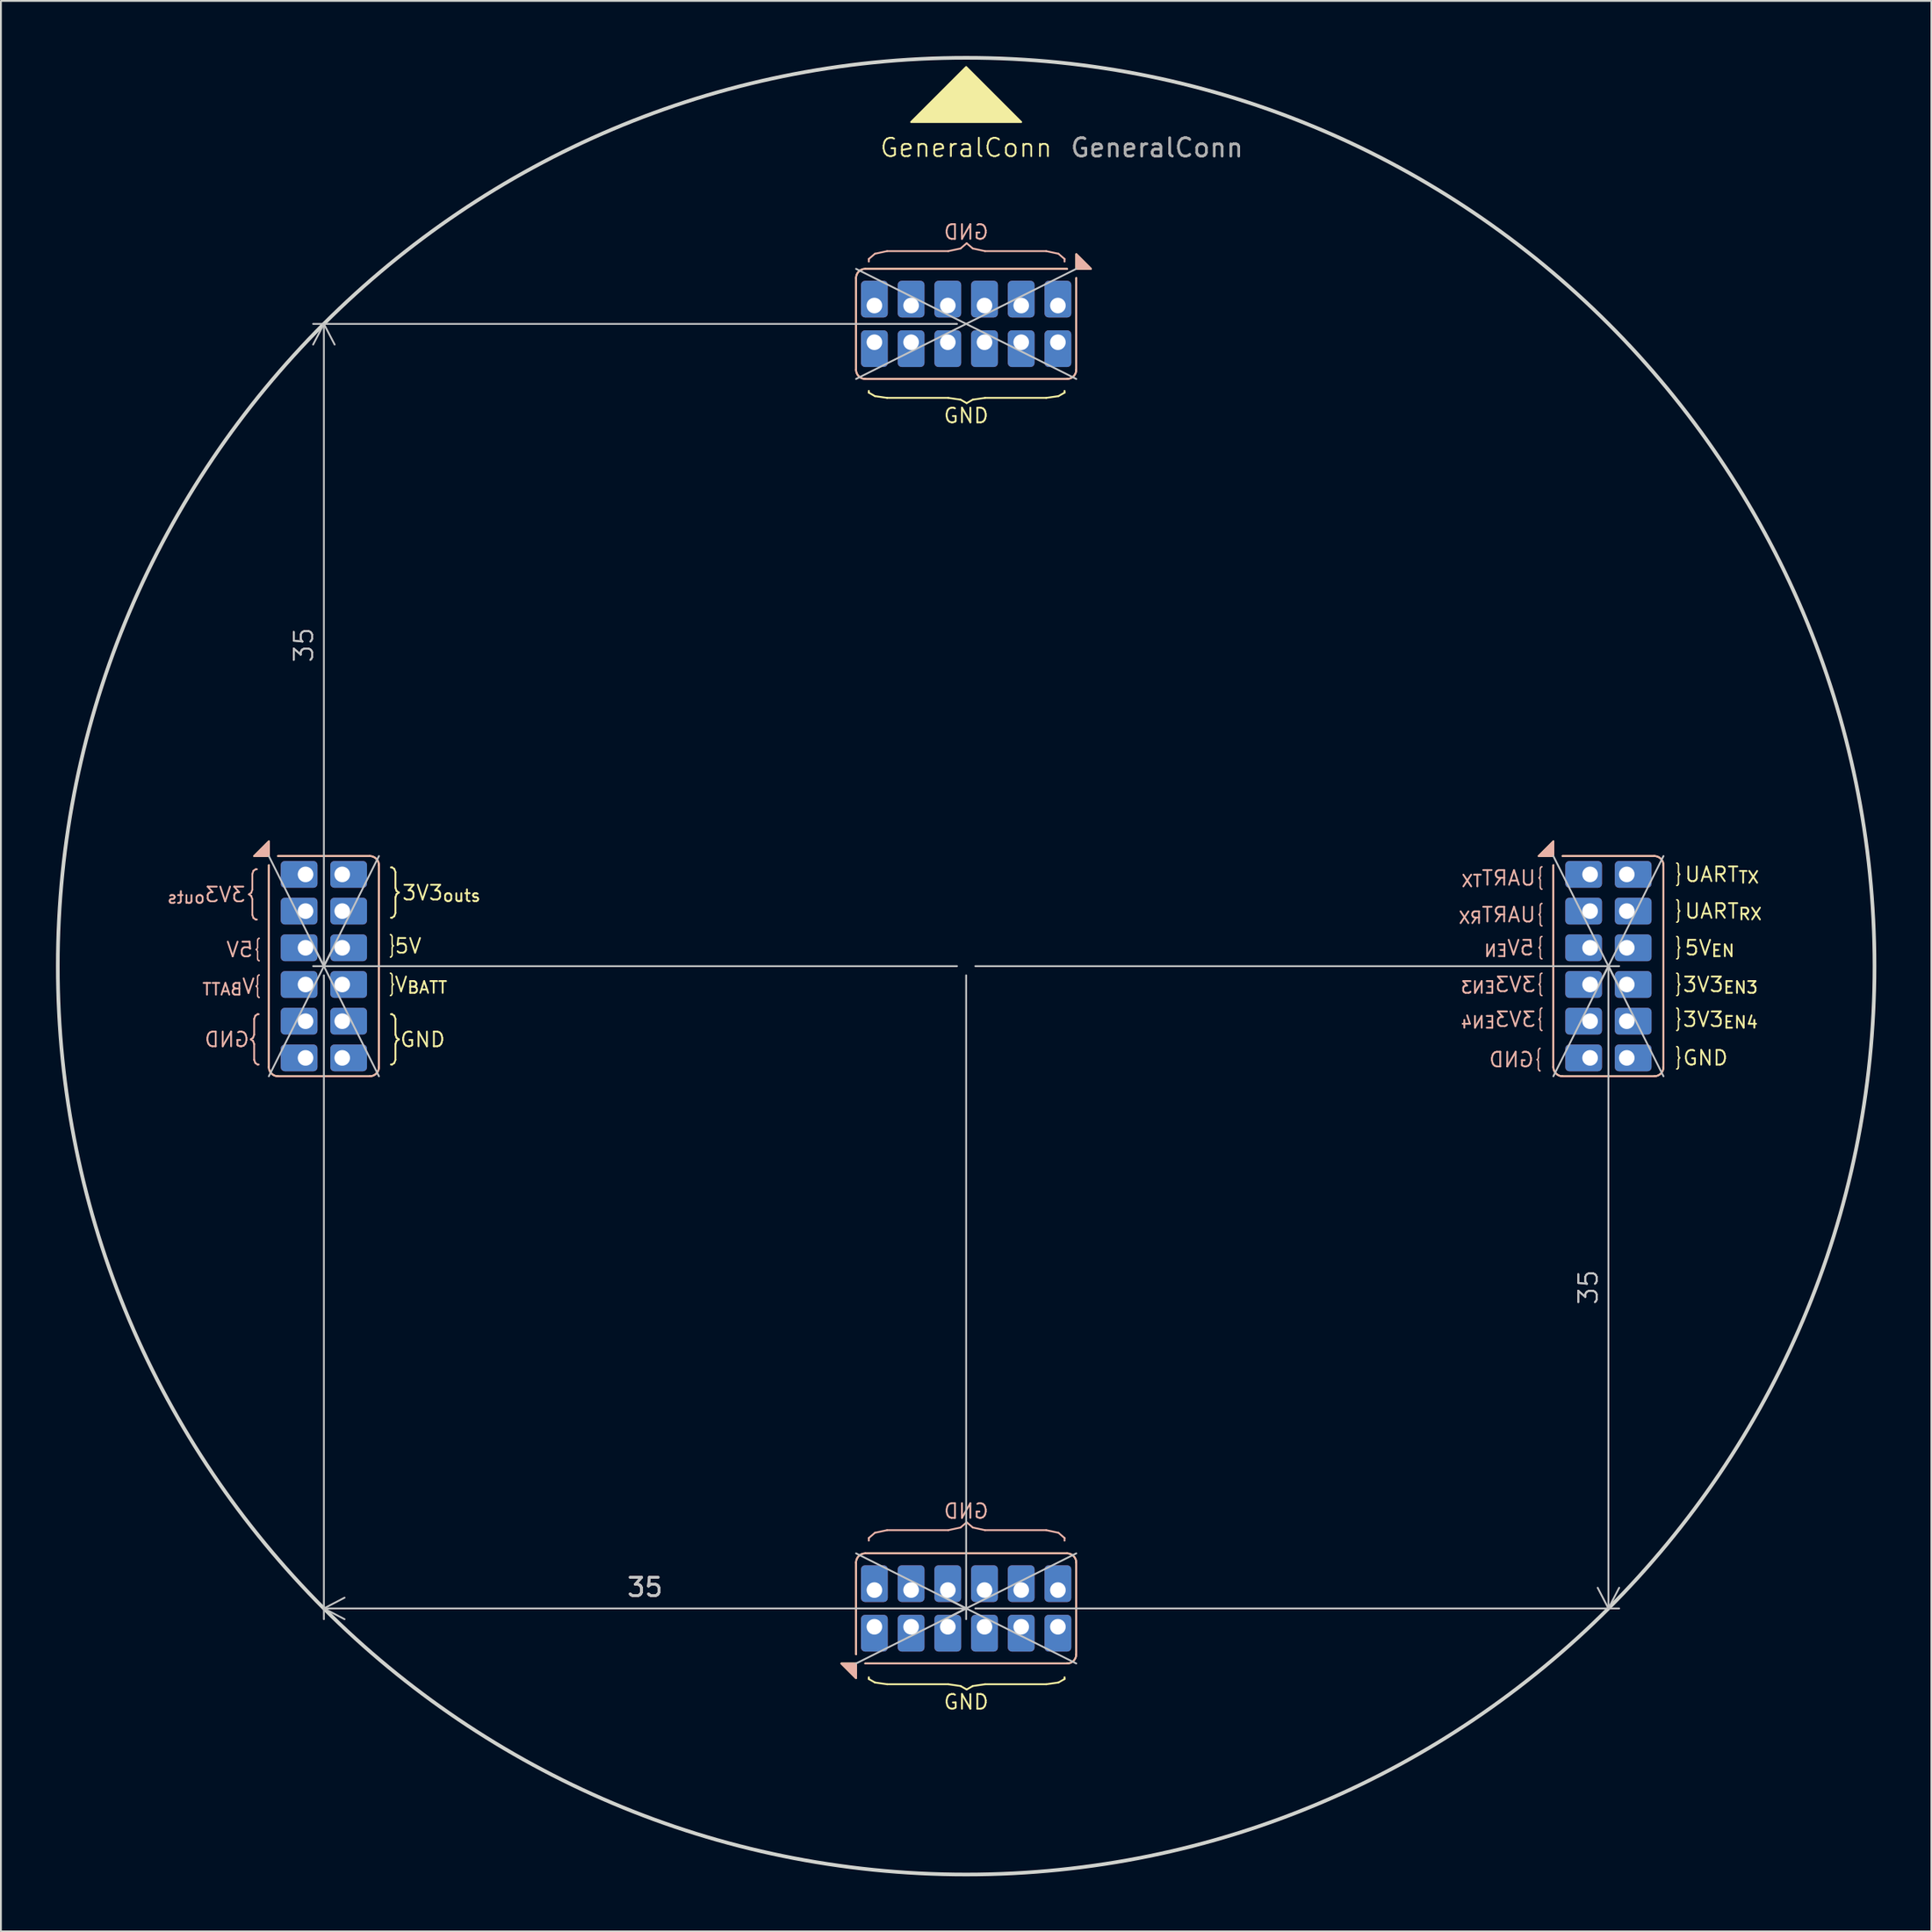
<source format=kicad_pcb>
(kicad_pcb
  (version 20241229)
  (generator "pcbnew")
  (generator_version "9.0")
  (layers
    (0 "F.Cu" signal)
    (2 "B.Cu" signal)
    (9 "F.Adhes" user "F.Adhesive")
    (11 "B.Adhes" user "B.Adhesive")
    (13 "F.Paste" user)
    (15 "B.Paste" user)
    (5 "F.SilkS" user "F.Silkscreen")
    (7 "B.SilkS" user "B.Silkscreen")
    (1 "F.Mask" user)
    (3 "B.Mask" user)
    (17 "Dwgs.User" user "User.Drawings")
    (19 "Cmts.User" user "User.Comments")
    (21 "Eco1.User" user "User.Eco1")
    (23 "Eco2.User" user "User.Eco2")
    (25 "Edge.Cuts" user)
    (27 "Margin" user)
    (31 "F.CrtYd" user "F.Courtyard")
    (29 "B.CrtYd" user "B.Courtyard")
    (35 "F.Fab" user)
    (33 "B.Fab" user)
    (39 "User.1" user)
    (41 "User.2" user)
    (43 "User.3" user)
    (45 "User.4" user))
  (footprint "GeneralConn"
    (layer "F.Cu")
    (at 49.6 49.6)
    (property "Reference" "GeneralConn" (at 0 -44.6 0) (unlocked yes) (layer "F.SilkS") (effects (font (size 1 1) (thickness 0.1))))
    (attr smd)
    (fp_line (start -38 5.5) (end -38 -5.5) (stroke (width 0.1) (type default)) (layer "F.SilkS"))
    (fp_line (start -37.5 -6) (end -32.5 -6) (stroke (width 0.1) (type default)) (layer "F.SilkS"))
    (fp_line (start -32.5 6) (end -37.5 6) (stroke (width 0.1) (type default)) (layer "F.SilkS"))
    (fp_line (start -32 -5.5) (end -32 5.5) (stroke (width 0.1) (type default)) (layer "F.SilkS"))
    (fp_line (start -6 -32.5) (end -6 -37.5) (stroke (width 0.1) (type default)) (layer "F.SilkS"))
    (fp_line (start -6 37.5) (end -6 32.5) (stroke (width 0.1) (type default)) (layer "F.SilkS"))
    (fp_line (start -5.5 -38) (end 5.5 -38) (stroke (width 0.1) (type default)) (layer "F.SilkS"))
    (fp_line (start -5.5 32) (end 5.5 32) (stroke (width 0.1) (type default)) (layer "F.SilkS"))
    (fp_line (start 5.5 -32) (end -5.5 -32) (stroke (width 0.1) (type default)) (layer "F.SilkS"))
    (fp_line (start 5.5 38) (end -5.5 38) (stroke (width 0.1) (type default)) (layer "F.SilkS"))
    (fp_line (start 6 -37.5) (end 6 -32.5) (stroke (width 0.1) (type default)) (layer "F.SilkS"))
    (fp_line (start 6 32.5) (end 6 37.5) (stroke (width 0.1) (type default)) (layer "F.SilkS"))
    (fp_line (start 32 5.5) (end 32 -5.5) (stroke (width 0.1) (type default)) (layer "F.SilkS"))
    (fp_line (start 32.5 -6) (end 37.5 -6) (stroke (width 0.1) (type default)) (layer "F.SilkS"))
    (fp_line (start 37.5 6) (end 32.5 6) (stroke (width 0.1) (type default)) (layer "F.SilkS"))
    (fp_line (start 38 -5.5) (end 38 5.5) (stroke (width 0.1) (type default)) (layer "F.SilkS"))
    (fp_arc (start -37.5 6) (mid -37.853553 5.853553) (end -38 5.5) (stroke (width 0.1) (type default)) (layer "F.SilkS"))
    (fp_arc (start -32.5 -6) (mid -32.146447 -5.853553) (end -32 -5.5) (stroke (width 0.1) (type default)) (layer "F.SilkS"))
    (fp_arc (start -32 5.5) (mid -32.146447 5.853553) (end -32.5 6) (stroke (width 0.1) (type default)) (layer "F.SilkS"))
    (fp_arc (start -6 -37.5) (mid -5.853553 -37.853553) (end -5.5 -38) (stroke (width 0.1) (type default)) (layer "F.SilkS"))
    (fp_arc (start -6 32.5) (mid -5.853553 32.146447) (end -5.5 32) (stroke (width 0.1) (type default)) (layer "F.SilkS"))
    (fp_arc (start -5.5 -32) (mid -5.853553 -32.146447) (end -6 -32.5) (stroke (width 0.1) (type default)) (layer "F.SilkS"))
    (fp_arc (start 5.5 32) (mid 5.853553 32.146447) (end 6 32.5) (stroke (width 0.1) (type default)) (layer "F.SilkS"))
    (fp_arc (start 6 -32.5) (mid 5.853553 -32.146447) (end 5.5 -32) (stroke (width 0.1) (type default)) (layer "F.SilkS"))
    (fp_arc (start 6 37.5) (mid 5.853553 37.853553) (end 5.5 38) (stroke (width 0.1) (type default)) (layer "F.SilkS"))
    (fp_arc (start 32.5 6) (mid 32.146447 5.853553) (end 32 5.5) (stroke (width 0.1) (type default)) (layer "F.SilkS"))
    (fp_arc (start 37.5 -6) (mid 37.853553 -5.853553) (end 38 -5.5) (stroke (width 0.1) (type default)) (layer "F.SilkS"))
    (fp_arc (start 38 5.5) (mid 37.853553 5.853553) (end 37.5 6) (stroke (width 0.1) (type default)) (layer "F.SilkS"))
    (fp_poly (pts (xy -38.8 -6) (xy -38 -6.8) (xy -38 -6)) (stroke (width 0.1) (type solid)) (fill yes) (layer "F.SilkS"))
    (fp_poly (pts (xy -6 38.8) (xy -6.8 38) (xy -6 38)) (stroke (width 0.1) (type solid)) (fill yes) (layer "F.SilkS"))
    (fp_poly (pts (xy -3 -46) (xy 0 -49) (xy 3 -46)) (stroke (width 0.1) (type solid)) (fill yes) (layer "F.SilkS"))
    (fp_poly (pts (xy 6 -38.8) (xy 6.8 -38) (xy 6 -38)) (stroke (width 0.1) (type solid)) (fill yes) (layer "F.SilkS"))
    (fp_poly (pts (xy 31.2 -6) (xy 32 -6.8) (xy 32 -6)) (stroke (width 0.1) (type solid)) (fill yes) (layer "F.SilkS"))
    (fp_line (start -38 5.5) (end -38 -5.5) (stroke (width 0.1) (type solid)) (layer "B.SilkS"))
    (fp_line (start -37.5 -6) (end -32.5 -6) (stroke (width 0.1) (type solid)) (layer "B.SilkS"))
    (fp_line (start -32.5 6) (end -37.5 6) (stroke (width 0.1) (type solid)) (layer "B.SilkS"))
    (fp_line (start -32 -5.5) (end -32 5.5) (stroke (width 0.1) (type solid)) (layer "B.SilkS"))
    (fp_line (start -6 -32.5) (end -6 -37.5) (stroke (width 0.1) (type solid)) (layer "B.SilkS"))
    (fp_line (start -6 37.5) (end -6 32.5) (stroke (width 0.1) (type solid)) (layer "B.SilkS"))
    (fp_line (start -5.5 -38) (end 5.5 -38) (stroke (width 0.1) (type solid)) (layer "B.SilkS"))
    (fp_line (start -5.5 32) (end 5.5 32) (stroke (width 0.1) (type solid)) (layer "B.SilkS"))
    (fp_line (start 5.5 -32) (end -5.5 -32) (stroke (width 0.1) (type solid)) (layer "B.SilkS"))
    (fp_line (start 5.5 38) (end -5.5 38) (stroke (width 0.1) (type solid)) (layer "B.SilkS"))
    (fp_line (start 6 -37.5) (end 6 -32.5) (stroke (width 0.1) (type solid)) (layer "B.SilkS"))
    (fp_line (start 6 32.5) (end 6 37.5) (stroke (width 0.1) (type solid)) (layer "B.SilkS"))
    (fp_line (start 32 5.5) (end 32 -5.5) (stroke (width 0.1) (type solid)) (layer "B.SilkS"))
    (fp_line (start 32.5 -6) (end 37.5 -6) (stroke (width 0.1) (type solid)) (layer "B.SilkS"))
    (fp_line (start 37.5 6) (end 32.5 6) (stroke (width 0.1) (type solid)) (layer "B.SilkS"))
    (fp_line (start 38 -5.5) (end 38 5.5) (stroke (width 0.1) (type solid)) (layer "B.SilkS"))
    (fp_arc (start -37.5 6) (mid -37.853553 5.853553) (end -38 5.5) (stroke (width 0.1) (type solid)) (layer "B.SilkS"))
    (fp_arc (start -32.5 -6) (mid -32.146447 -5.853553) (end -32 -5.5) (stroke (width 0.1) (type solid)) (layer "B.SilkS"))
    (fp_arc (start -32 5.5) (mid -32.146447 5.853553) (end -32.5 6) (stroke (width 0.1) (type solid)) (layer "B.SilkS"))
    (fp_arc (start -6 -37.5) (mid -5.853553 -37.853553) (end -5.5 -38) (stroke (width 0.1) (type solid)) (layer "B.SilkS"))
    (fp_arc (start -6 32.5) (mid -5.853553 32.146447) (end -5.5 32) (stroke (width 0.1) (type solid)) (layer "B.SilkS"))
    (fp_arc (start -5.5 -32) (mid -5.853553 -32.146447) (end -6 -32.5) (stroke (width 0.1) (type solid)) (layer "B.SilkS"))
    (fp_arc (start 5.5 32) (mid 5.853553 32.146447) (end 6 32.5) (stroke (width 0.1) (type solid)) (layer "B.SilkS"))
    (fp_arc (start 6 -32.5) (mid 5.853553 -32.146447) (end 5.5 -32) (stroke (width 0.1) (type solid)) (layer "B.SilkS"))
    (fp_arc (start 6 37.5) (mid 5.853553 37.853553) (end 5.5 38) (stroke (width 0.1) (type solid)) (layer "B.SilkS"))
    (fp_arc (start 32.5 6) (mid 32.146447 5.853553) (end 32 5.5) (stroke (width 0.1) (type solid)) (layer "B.SilkS"))
    (fp_arc (start 37.5 -6) (mid 37.853553 -5.853553) (end 38 -5.5) (stroke (width 0.1) (type solid)) (layer "B.SilkS"))
    (fp_arc (start 38 5.5) (mid 37.853553 5.853553) (end 37.5 6) (stroke (width 0.1) (type solid)) (layer "B.SilkS"))
    (fp_poly (pts (xy -38.8 -6) (xy -38 -6.8) (xy -38 -6)) (stroke (width 0.1) (type solid)) (fill yes) (layer "B.SilkS"))
    (fp_poly (pts (xy -6 38.8) (xy -6.8 38) (xy -6 38)) (stroke (width 0.1) (type solid)) (fill yes) (layer "B.SilkS"))
    (fp_poly (pts (xy 6 -38.8) (xy 6.8 -38) (xy 6 -38)) (stroke (width 0.1) (type solid)) (fill yes) (layer "B.SilkS"))
    (fp_poly (pts (xy 31.2 -6) (xy 32 -6.8) (xy 32 -6)) (stroke (width 0.1) (type solid)) (fill yes) (layer "B.SilkS"))
    (fp_curve (pts (xy -38 6) (xy -32 -6) (xy -32 -6) (xy -32 -6)) (stroke (width 0.1) (type default)) (layer "Dwgs.User"))
    (fp_curve (pts (xy -32 6) (xy -38 -6) (xy -38 -6) (xy -38 -6)) (stroke (width 0.1) (type default)) (layer "Dwgs.User"))
    (fp_curve (pts (xy -6 -38) (xy 6 -32) (xy 6 -32) (xy 6 -32)) (stroke (width 0.1) (type default)) (layer "Dwgs.User"))
    (fp_curve (pts (xy -6 -32) (xy 6 -38) (xy 6 -38) (xy 6 -38)) (stroke (width 0.1) (type default)) (layer "Dwgs.User"))
    (fp_curve (pts (xy 6 32) (xy -6 38) (xy -6 38) (xy -6 38)) (stroke (width 0.1) (type default)) (layer "Dwgs.User"))
    (fp_curve (pts (xy 6 38) (xy -6 32) (xy -6 32) (xy -6 32)) (stroke (width 0.1) (type default)) (layer "Dwgs.User"))
    (fp_curve (pts (xy 32 6) (xy 38 -6) (xy 38 -6) (xy 38 -6)) (stroke (width 0.1) (type default)) (layer "Dwgs.User"))
    (fp_curve (pts (xy 38 6) (xy 32 -6) (xy 32 -6) (xy 32 -6)) (stroke (width 0.1) (type default)) (layer "Dwgs.User"))
    (fp_circle (center 0 0) (end 0 49.5) (stroke (width 0.2) (type solid)) (fill no) (layer "Edge.Cuts"))
    (fp_text user "UART_{TX}" (at 39.1 -5 0) (unlocked yes) (layer "F.SilkS") (effects (font (size 0.8 0.8) (thickness 0.1)) (justify left)))
    (fp_text user "}" (at -31.6 -3.1 0) (unlocked yes) (layer "F.SilkS") (effects (font (size 1.8 1.3) (thickness 0.1)) (justify left bottom)))
    (fp_text user "V_{BATT}" (at -31.2 1 0) (unlocked yes) (layer "F.SilkS") (effects (font (size 0.8 0.8) (thickness 0.1)) (justify left)))
    (fp_text user "GND" (at 39 5 0) (unlocked yes) (layer "F.SilkS") (effects (font (size 0.8 0.8) (thickness 0.1)) (justify left)))
    (fp_text user "} " (at 38.6 5.4 0) (unlocked yes) (layer "F.SilkS") (effects (font (size 0.8 0.5) (thickness 0.075)) (justify left bottom)))
    (fp_text user "}" (at -3.5 -31.7 270) (unlocked yes) (layer "F.SilkS") (effects (font (size 7 2) (thickness 0.1)) (justify left bottom)))
    (fp_text user " 3V3_{outs}" (at -31.4 -4 0) (unlocked yes) (layer "F.SilkS") (effects (font (size 0.8 0.8) (thickness 0.1)) (justify left)))
    (fp_text user "UART_{RX}" (at 39.1 -3 0) (unlocked yes) (layer "F.SilkS") (effects (font (size 0.8 0.8) (thickness 0.1)) (justify left)))
    (fp_text user "}" (at -31.6 4.9 0) (unlocked yes) (layer "F.SilkS") (effects (font (size 1.8 1.3) (thickness 0.1)) (justify left bottom)))
    (fp_text user "} " (at -31.5 1.4 0) (unlocked yes) (layer "F.SilkS") (effects (font (size 0.8 0.5) (thickness 0.075)) (justify left bottom)))
    (fp_text user "GND" (at 0 -30 0) (unlocked yes) (layer "F.SilkS") (effects (font (size 0.8 0.8) (thickness 0.1))))
    (fp_text user "} " (at 38.6 -4.6 0) (unlocked yes) (layer "F.SilkS") (effects (font (size 0.8 0.5) (thickness 0.075)) (justify left bottom)))
    (fp_text user "3V3_{EN3}" (at 39 1 0) (unlocked yes) (layer "F.SilkS") (effects (font (size 0.8 0.8) (thickness 0.1)) (justify left)))
    (fp_text user "GND" (at 0 40.1 0) (unlocked yes) (layer "F.SilkS") (effects (font (size 0.8 0.8) (thickness 0.1))))
    (fp_text user "5V" (at -31.2 -1.1 0) (unlocked yes) (layer "F.SilkS") (effects (font (size 0.8 0.8) (thickness 0.1)) (justify left)))
    (fp_text user "} " (at 38.6 -0.6 0) (unlocked yes) (layer "F.SilkS") (effects (font (size 0.8 0.5) (thickness 0.075)) (justify left bottom)))
    (fp_text user "5V_{EN}" (at 39.1 -1 0) (unlocked yes) (layer "F.SilkS") (effects (font (size 0.8 0.8) (thickness 0.1)) (justify left)))
    (fp_text user "} " (at 38.6 3.3 0) (unlocked yes) (layer "F.SilkS") (effects (font (size 0.8 0.5) (thickness 0.075)) (justify left bottom)))
    (fp_text user "}" (at -3.5 38.4 270) (unlocked yes) (layer "F.SilkS") (effects (font (size 7 2) (thickness 0.1)) (justify left bottom)))
    (fp_text user "} " (at 38.6 -2.6 0) (unlocked yes) (layer "F.SilkS") (effects (font (size 0.8 0.5) (thickness 0.075)) (justify left bottom)))
    (fp_text user "GND" (at -30.9 4 0) (unlocked yes) (layer "F.SilkS") (effects (font (size 0.8 0.8) (thickness 0.1)) (justify left)))
    (fp_text user "} " (at 38.6 1.4 0) (unlocked yes) (layer "F.SilkS") (effects (font (size 0.8 0.5) (thickness 0.075)) (justify left bottom)))
    (fp_text user "} " (at -31.5 -0.7 0) (unlocked yes) (layer "F.SilkS") (effects (font (size 0.8 0.5) (thickness 0.075)) (justify left bottom)))
    (fp_text user "3V3_{EN4}" (at 39 2.9 0) (unlocked yes) (layer "F.SilkS") (effects (font (size 0.8 0.8) (thickness 0.1)) (justify left)))
    (fp_text user "}" (at -38.4 -3 0) (unlocked yes) (layer "B.SilkS") (effects (font (size 1.8 1.3) (thickness 0.1)) (justify left bottom mirror)))
    (fp_text user "} " (at 31.5 1.4 0) (unlocked yes) (layer "B.SilkS") (effects (font (size 0.8 0.5) (thickness 0.075)) (justify left bottom mirror)))
    (fp_text user "} " (at 31.5 -2.4 0) (unlocked yes) (layer "B.SilkS") (effects (font (size 0.8 0.5) (thickness 0.075)) (justify left bottom mirror)))
    (fp_text user "V_{BATT}" (at -38.7 1.1 0) (unlocked yes) (layer "B.SilkS") (effects (font (size 0.8 0.8) (thickness 0.1)) (justify left mirror)))
    (fp_text user "3V3_{EN4}" (at 31.1 2.9 0) (unlocked yes) (layer "B.SilkS") (effects (font (size 0.8 0.8) (thickness 0.1)) (justify left mirror)))
    (fp_text user "}" (at -38.3 4.9 0) (unlocked yes) (layer "B.SilkS") (effects (font (size 1.8 1.3) (thickness 0.1)) (justify left bottom mirror)))
    (fp_text user "} " (at 31.5 -0.6 0) (unlocked yes) (layer "B.SilkS") (effects (font (size 0.8 0.5) (thickness 0.075)) (justify left bottom mirror)))
    (fp_text user "5V_{EN}" (at 31 -1 0) (unlocked yes) (layer "B.SilkS") (effects (font (size 0.8 0.8) (thickness 0.1)) (justify left mirror)))
    (fp_text user "} " (at -38.4 -0.5 0) (unlocked yes) (layer "B.SilkS") (effects (font (size 0.8 0.5) (thickness 0.075)) (justify left bottom mirror)))
    (fp_text user "} " (at 31.5 3.3 0) (unlocked yes) (layer "B.SilkS") (effects (font (size 0.8 0.5) (thickness 0.075)) (justify left bottom mirror)))
    (fp_text user "GND" (at 0 -40 0) (unlocked yes) (layer "B.SilkS") (effects (font (size 0.8 0.8) (thickness 0.1)) (justify mirror)))
    (fp_text user "} " (at 31.4 5.5 0) (unlocked yes) (layer "B.SilkS") (effects (font (size 0.8 0.5) (thickness 0.075)) (justify left bottom mirror)))
    (fp_text user "UART_{RX}" (at 31.1 -2.8 0) (unlocked yes) (layer "B.SilkS") (effects (font (size 0.8 0.8) (thickness 0.1)) (justify left mirror)))
    (fp_text user "UART_{TX}" (at 31.1 -4.8 0) (unlocked yes) (layer "B.SilkS") (effects (font (size 0.8 0.8) (thickness 0.1)) (justify left mirror)))
    (fp_text user "} " (at -38.4 1.5 0) (unlocked yes) (layer "B.SilkS") (effects (font (size 0.8 0.5) (thickness 0.075)) (justify left bottom mirror)))
    (fp_text user "GND" (at 31 5.1 0) (unlocked yes) (layer "B.SilkS") (effects (font (size 0.8 0.8) (thickness 0.1)) (justify left mirror)))
    (fp_text user "}" (at -3.5 -37.9 270) (unlocked yes) (layer "B.SilkS") (effects (font (size 7 3) (thickness 0.1)) (justify left bottom mirror)))
    (fp_text user "5V" (at -38.8 -0.9 0) (unlocked yes) (layer "B.SilkS") (effects (font (size 0.8 0.8) (thickness 0.1)) (justify left mirror)))
    (fp_text user "3V3_{EN3}" (at 31.1 1 0) (unlocked yes) (layer "B.SilkS") (effects (font (size 0.8 0.8) (thickness 0.1)) (justify left mirror)))
    (fp_text user "} " (at 31.5 -4.4 0) (unlocked yes) (layer "B.SilkS") (effects (font (size 0.8 0.5) (thickness 0.075)) (justify left bottom mirror)))
    (fp_text user " 3V3_{outs}" (at -38.6 -3.9 0) (unlocked yes) (layer "B.SilkS") (effects (font (size 0.8 0.8) (thickness 0.1)) (justify left mirror)))
    (fp_text user "GND" (at 0 29.7 0) (unlocked yes) (layer "B.SilkS") (effects (font (size 0.8 0.8) (thickness 0.1)) (justify mirror)))
    (fp_text user "}" (at -3.5 31.8 270) (unlocked yes) (layer "B.SilkS") (effects (font (size 7 3) (thickness 0.1)) (justify left bottom mirror)))
    (fp_text user "GND" (at -39 4 0) (unlocked yes) (layer "B.SilkS") (effects (font (size 0.8 0.8) (thickness 0.1)) (justify left mirror)))
    (fp_text user "${REFERENCE}" (at 10.4 -44.6 0) (unlocked yes) (layer "F.Fab") (effects (font (size 1 1) (thickness 0.15))))
    (dimension (type orthogonal) (layer "Dwgs.User") (pts (xy 49.6 49.6) (xy 14.6 49.6)) (height 35) (orientation 0) (format (prefix "") (suffix "") (units 3) (units_format 0) (precision 4) (suppress_zeroes yes)) (style (thickness 0.1) (arrow_length 1.27) (text_position_mode 0) (arrow_direction outward) (extension_height 0.586) (extension_offset 0.5) (keep_text_aligned yes)) (gr_text "35" (at 32.1 83.45 0) (layer "Dwgs.User") (effects (font (size 1 1) (thickness 0.15)))))
    (dimension (type orthogonal) (layer "Dwgs.User") (pts (xy 49.6 49.6) (xy 49.6 84.6)) (height 35) (orientation 1) (format (prefix "") (suffix "") (units 3) (units_format 0) (precision 4) (suppress_zeroes yes)) (style (thickness 0.1) (arrow_length 1.27) (text_position_mode 0) (arrow_direction outward) (extension_height 0.586) (extension_offset 0.5) (keep_text_aligned yes)) (gr_text "35" (at 83.5 67.1 90) (layer "Dwgs.User") (effects (font (size 1 1) (thickness 0.1)))))
    (dimension (type orthogonal) (layer "Dwgs.User") (pts (xy 49.6 49.6) (xy 49.6 14.6)) (height -35) (orientation 1) (format (prefix "") (suffix "") (units 3) (units_format 0) (precision 4) (suppress_zeroes yes)) (style (thickness 0.1) (arrow_length 1.27) (text_position_mode 0) (arrow_direction outward) (extension_height 0.586) (extension_offset 0.5) (keep_text_aligned yes)) (gr_text "35" (at 13.5 32.1 90) (layer "Dwgs.User") (effects (font (size 1 1) (thickness 0.1)))))
    (pad "1" thru_hole roundrect (at -36 -5 180) (size 2 1.46) (drill 0.85 (offset 0.35 0)) (layers "*.Cu" "*.Mask") (roundrect_rratio 0.15))
    (pad "1" thru_hole roundrect (at -34 -5) (size 2 1.46) (drill 0.85 (offset 0.35 0)) (layers "*.Cu" "*.Mask") (roundrect_rratio 0.15))
    (pad "1" thru_hole roundrect (at -5 34 90) (size 2 1.46) (drill 0.85 (offset 0.35 0)) (layers "*.Cu" "*.Mask") (roundrect_rratio 0.15))
    (pad "1" thru_hole roundrect (at -5 36 270) (size 2 1.46) (drill 0.85 (offset 0.35 0)) (layers "*.Cu" "*.Mask") (roundrect_rratio 0.15))
    (pad "2" thru_hole roundrect (at -36 -3 180) (size 2 1.46) (drill 0.85 (offset 0.35 0)) (layers "*.Cu" "*.Mask") (roundrect_rratio 0.15))
    (pad "2" thru_hole roundrect (at -3 36 270) (size 2 1.46) (drill 0.85 (offset 0.35 0)) (layers "*.Cu" "*.Mask") (roundrect_rratio 0.15))
    (pad "3" thru_hole roundrect (at -34 -3) (size 2 1.46) (drill 0.85 (offset 0.35 0)) (layers "*.Cu" "*.Mask") (roundrect_rratio 0.15))
    (pad "3" thru_hole roundrect (at -3 34 90) (size 2 1.46) (drill 0.85 (offset 0.35 0)) (layers "*.Cu" "*.Mask") (roundrect_rratio 0.15))
    (pad "4" thru_hole roundrect (at -36 -1 180) (size 2 1.46) (drill 0.85 (offset 0.35 0)) (layers "*.Cu" "*.Mask") (roundrect_rratio 0.15))
    (pad "4" thru_hole roundrect (at -34 -1) (size 2 1.46) (drill 0.85 (offset 0.35 0)) (layers "*.Cu" "*.Mask") (roundrect_rratio 0.15))
    (pad "4" thru_hole roundrect (at -1 34 90) (size 2 1.46) (drill 0.85 (offset 0.35 0)) (layers "*.Cu" "*.Mask") (roundrect_rratio 0.15))
    (pad "4" thru_hole roundrect (at -1 36 270) (size 2 1.46) (drill 0.85 (offset 0.35 0)) (layers "*.Cu" "*.Mask") (roundrect_rratio 0.15))
    (pad "5" thru_hole roundrect (at -36 1 180) (size 2 1.46) (drill 0.85 (offset 0.35 0)) (layers "*.Cu" "*.Mask") (roundrect_rratio 0.15))
    (pad "5" thru_hole roundrect (at -34 1) (size 2 1.46) (drill 0.85 (offset 0.35 0)) (layers "*.Cu" "*.Mask") (roundrect_rratio 0.15))
    (pad "5" thru_hole roundrect (at 1 34 90) (size 2 1.46) (drill 0.85 (offset 0.35 0)) (layers "*.Cu" "*.Mask") (roundrect_rratio 0.15))
    (pad "5" thru_hole roundrect (at 1 36 270) (size 2 1.46) (drill 0.85 (offset 0.35 0)) (layers "*.Cu" "*.Mask") (roundrect_rratio 0.15))
    (pad "6" thru_hole roundrect (at 34 -5 180) (size 2 1.46) (drill 0.85 (offset 0.35 0)) (layers "*.Cu" "*.Mask") (roundrect_rratio 0.15))
    (pad "6" thru_hole roundrect (at 36 -5) (size 2 1.46) (drill 0.85 (offset 0.35 0)) (layers "*.Cu" "*.Mask") (roundrect_rratio 0.15))
    (pad "7" thru_hole roundrect (at 34 -3 180) (size 2 1.46) (drill 0.85 (offset 0.35 0)) (layers "*.Cu" "*.Mask") (roundrect_rratio 0.15))
    (pad "7" thru_hole roundrect (at 36 -3) (size 2 1.46) (drill 0.85 (offset 0.35 0)) (layers "*.Cu" "*.Mask") (roundrect_rratio 0.15))
    (pad "8" thru_hole roundrect (at 34 -1 180) (size 2 1.46) (drill 0.85 (offset 0.35 0)) (layers "*.Cu" "*.Mask") (roundrect_rratio 0.15))
    (pad "8" thru_hole roundrect (at 36 -1) (size 2 1.46) (drill 0.85 (offset 0.35 0)) (layers "*.Cu" "*.Mask") (roundrect_rratio 0.15))
    (pad "9" thru_hole roundrect (at 34 1 180) (size 2 1.46) (drill 0.85 (offset 0.35 0)) (layers "*.Cu" "*.Mask") (roundrect_rratio 0.15))
    (pad "9" thru_hole roundrect (at 36 1) (size 2 1.46) (drill 0.85 (offset 0.35 0)) (layers "*.Cu" "*.Mask") (roundrect_rratio 0.15))
    (pad "10" thru_hole roundrect (at 34 3 180) (size 2 1.46) (drill 0.85 (offset 0.35 0)) (layers "*.Cu" "*.Mask") (roundrect_rratio 0.15))
    (pad "10" thru_hole roundrect (at 36 3) (size 2 1.46) (drill 0.85 (offset 0.35 0)) (layers "*.Cu" "*.Mask") (roundrect_rratio 0.15))
    (pad "11" thru_hole roundrect (at -36 3 180) (size 2 1.46) (drill 0.85 (offset 0.35 0)) (layers "*.Cu" "*.Mask") (roundrect_rratio 0.15))
    (pad "11" thru_hole roundrect (at -36 5 180) (size 2 1.46) (drill 0.85 (offset 0.35 0)) (layers "*.Cu" "*.Mask") (roundrect_rratio 0.15))
    (pad "11" thru_hole roundrect (at -34 3) (size 2 1.46) (drill 0.85 (offset 0.35 0)) (layers "*.Cu" "*.Mask") (roundrect_rratio 0.15))
    (pad "11" thru_hole roundrect (at -34 5) (size 2 1.46) (drill 0.85 (offset 0.35 0)) (layers "*.Cu" "*.Mask") (roundrect_rratio 0.15))
    (pad "11" thru_hole roundrect (at -5 -36 90) (size 2 1.46) (drill 0.85 (offset 0.35 0)) (layers "*.Cu" "*.Mask") (roundrect_rratio 0.15))
    (pad "11" thru_hole roundrect (at -5 -34 270) (size 2 1.46) (drill 0.85 (offset 0.35 0)) (layers "*.Cu" "*.Mask") (roundrect_rratio 0.15))
    (pad "11" thru_hole roundrect (at -3 -36 90) (size 2 1.46) (drill 0.85 (offset 0.35 0)) (layers "*.Cu" "*.Mask") (roundrect_rratio 0.15))
    (pad "11" thru_hole roundrect (at -3 -34 270) (size 2 1.46) (drill 0.85 (offset 0.35 0)) (layers "*.Cu" "*.Mask") (roundrect_rratio 0.15))
    (pad "11" thru_hole roundrect (at -1 -36 90) (size 2 1.46) (drill 0.85 (offset 0.35 0)) (layers "*.Cu" "*.Mask") (roundrect_rratio 0.15))
    (pad "11" thru_hole roundrect (at -1 -34 270) (size 2 1.46) (drill 0.85 (offset 0.35 0)) (layers "*.Cu" "*.Mask") (roundrect_rratio 0.15))
    (pad "11" thru_hole roundrect (at 1 -36 90) (size 2 1.46) (drill 0.85 (offset 0.35 0)) (layers "*.Cu" "*.Mask") (roundrect_rratio 0.15))
    (pad "11" thru_hole roundrect (at 1 -34 270) (size 2 1.46) (drill 0.85 (offset 0.35 0)) (layers "*.Cu" "*.Mask") (roundrect_rratio 0.15))
    (pad "11" thru_hole roundrect (at 3 -36 90) (size 2 1.46) (drill 0.85 (offset 0.35 0)) (layers "*.Cu" "*.Mask") (roundrect_rratio 0.15))
    (pad "11" thru_hole roundrect (at 3 -34 270) (size 2 1.46) (drill 0.85 (offset 0.35 0)) (layers "*.Cu" "*.Mask") (roundrect_rratio 0.15))
    (pad "11" thru_hole roundrect (at 3 34 90) (size 2 1.46) (drill 0.85 (offset 0.35 0)) (layers "*.Cu" "*.Mask") (roundrect_rratio 0.15))
    (pad "11" thru_hole roundrect (at 3 36 270) (size 2 1.46) (drill 0.85 (offset 0.35 0)) (layers "*.Cu" "*.Mask") (roundrect_rratio 0.15))
    (pad "11" thru_hole roundrect (at 5 -36 90) (size 2 1.46) (drill 0.85 (offset 0.35 0)) (layers "*.Cu" "*.Mask") (roundrect_rratio 0.15))
    (pad "11" thru_hole roundrect (at 5 -34 270) (size 2 1.46) (drill 0.85 (offset 0.35 0)) (layers "*.Cu" "*.Mask") (roundrect_rratio 0.15))
    (pad "11" thru_hole roundrect (at 5 34 90) (size 2 1.46) (drill 0.85 (offset 0.35 0)) (layers "*.Cu" "*.Mask") (roundrect_rratio 0.15))
    (pad "11" thru_hole roundrect (at 5 36 270) (size 2 1.46) (drill 0.85 (offset 0.35 0)) (layers "*.Cu" "*.Mask") (roundrect_rratio 0.15))
    (pad "11" thru_hole roundrect (at 34 5 180) (size 2 1.46) (drill 0.85 (offset 0.35 0)) (layers "*.Cu" "*.Mask") (roundrect_rratio 0.15))
    (pad "11" thru_hole roundrect (at 36 5) (size 2 1.46) (drill 0.85 (offset 0.35 0)) (layers "*.Cu" "*.Mask") (roundrect_rratio 0.15)))
  (gr_rect
    (start -3 -3)
    (end 102.2 102.2)
    (stroke (width 0.1) (type default))
    (fill no)
    (layer "Edge.Cuts")))
</source>
